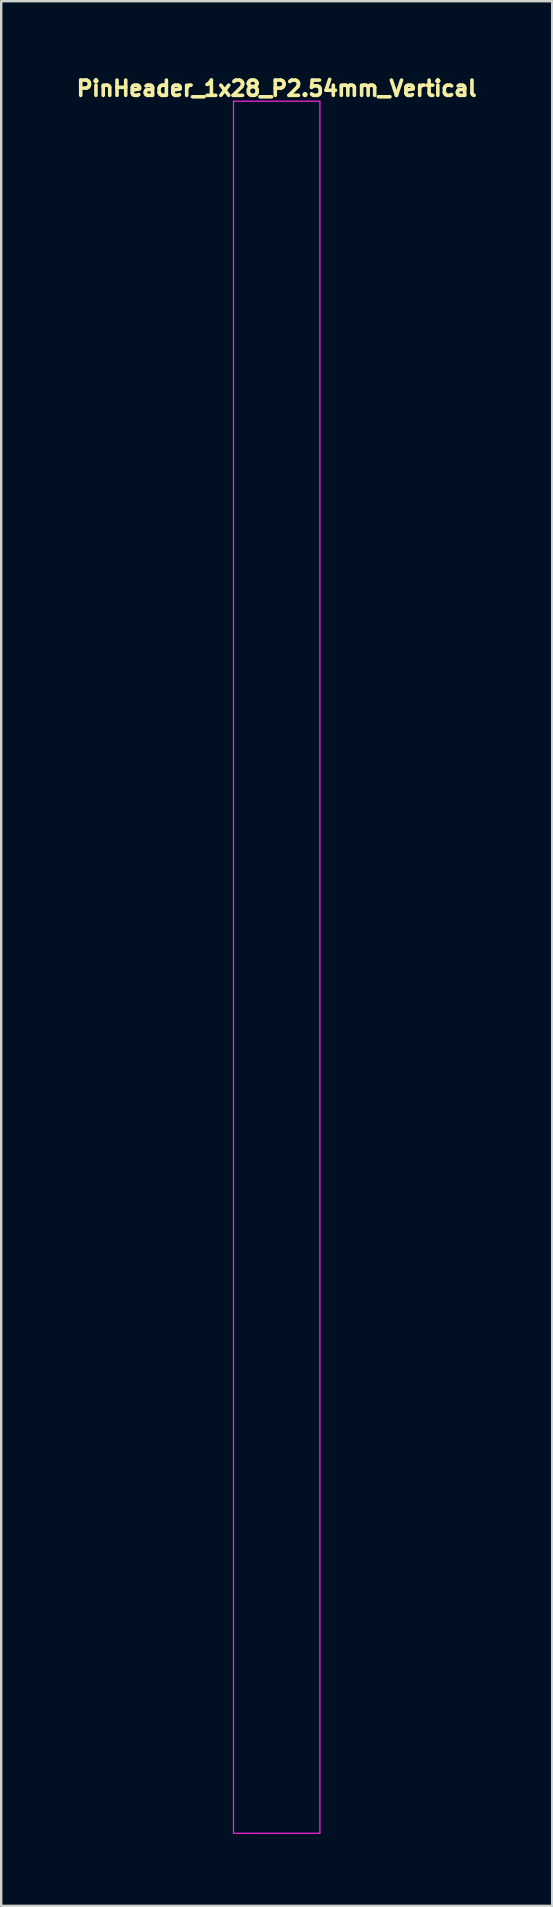
<source format=kicad_pcb>
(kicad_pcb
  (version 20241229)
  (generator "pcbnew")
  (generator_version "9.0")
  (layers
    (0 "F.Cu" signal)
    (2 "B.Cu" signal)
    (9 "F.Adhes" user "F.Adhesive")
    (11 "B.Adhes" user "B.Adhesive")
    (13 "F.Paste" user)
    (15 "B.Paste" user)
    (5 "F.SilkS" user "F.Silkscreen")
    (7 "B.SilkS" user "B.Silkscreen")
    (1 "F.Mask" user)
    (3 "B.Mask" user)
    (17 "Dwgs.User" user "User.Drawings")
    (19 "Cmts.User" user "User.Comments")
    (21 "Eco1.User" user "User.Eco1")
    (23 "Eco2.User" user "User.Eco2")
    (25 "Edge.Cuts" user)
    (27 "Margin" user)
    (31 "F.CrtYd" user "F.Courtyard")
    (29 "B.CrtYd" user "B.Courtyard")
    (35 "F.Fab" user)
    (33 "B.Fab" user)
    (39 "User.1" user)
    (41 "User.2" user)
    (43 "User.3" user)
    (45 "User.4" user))
  (footprint "PinHeader_1x28_P2.54mm_Vertical"
    (layer "F.Cu")
    (at 8.477 2.965)
    (property "Reference" "PinHeader_1x28_P2.54mm_Vertical" (at 0 -2.33 0) (layer "F.SilkS") (effects (font (size 0.635 0.635) (thickness 0.15))))
    (attr through_hole)
    (fp_line (start -1.8 -1.8) (end -1.8 70.358) (stroke (width 0.05) (type solid)) (layer "F.CrtYd"))
    (fp_line (start -1.8 70.358) (end 1.8 70.358) (stroke (width 0.05) (type solid)) (layer "F.CrtYd"))
    (fp_line (start 1.8 -1.8) (end -1.8 -1.8) (stroke (width 0.05) (type solid)) (layer "F.CrtYd"))
    (fp_line (start 1.8 70.358) (end 1.8 -1.8) (stroke (width 0.05) (type solid)) (layer "F.CrtYd")))
  (gr_rect
    (start -3 -3)
    (end 19.954 76.348)
    (stroke (width 0.1) (type default))
    (fill no)
    (layer "Edge.Cuts")))
</source>
